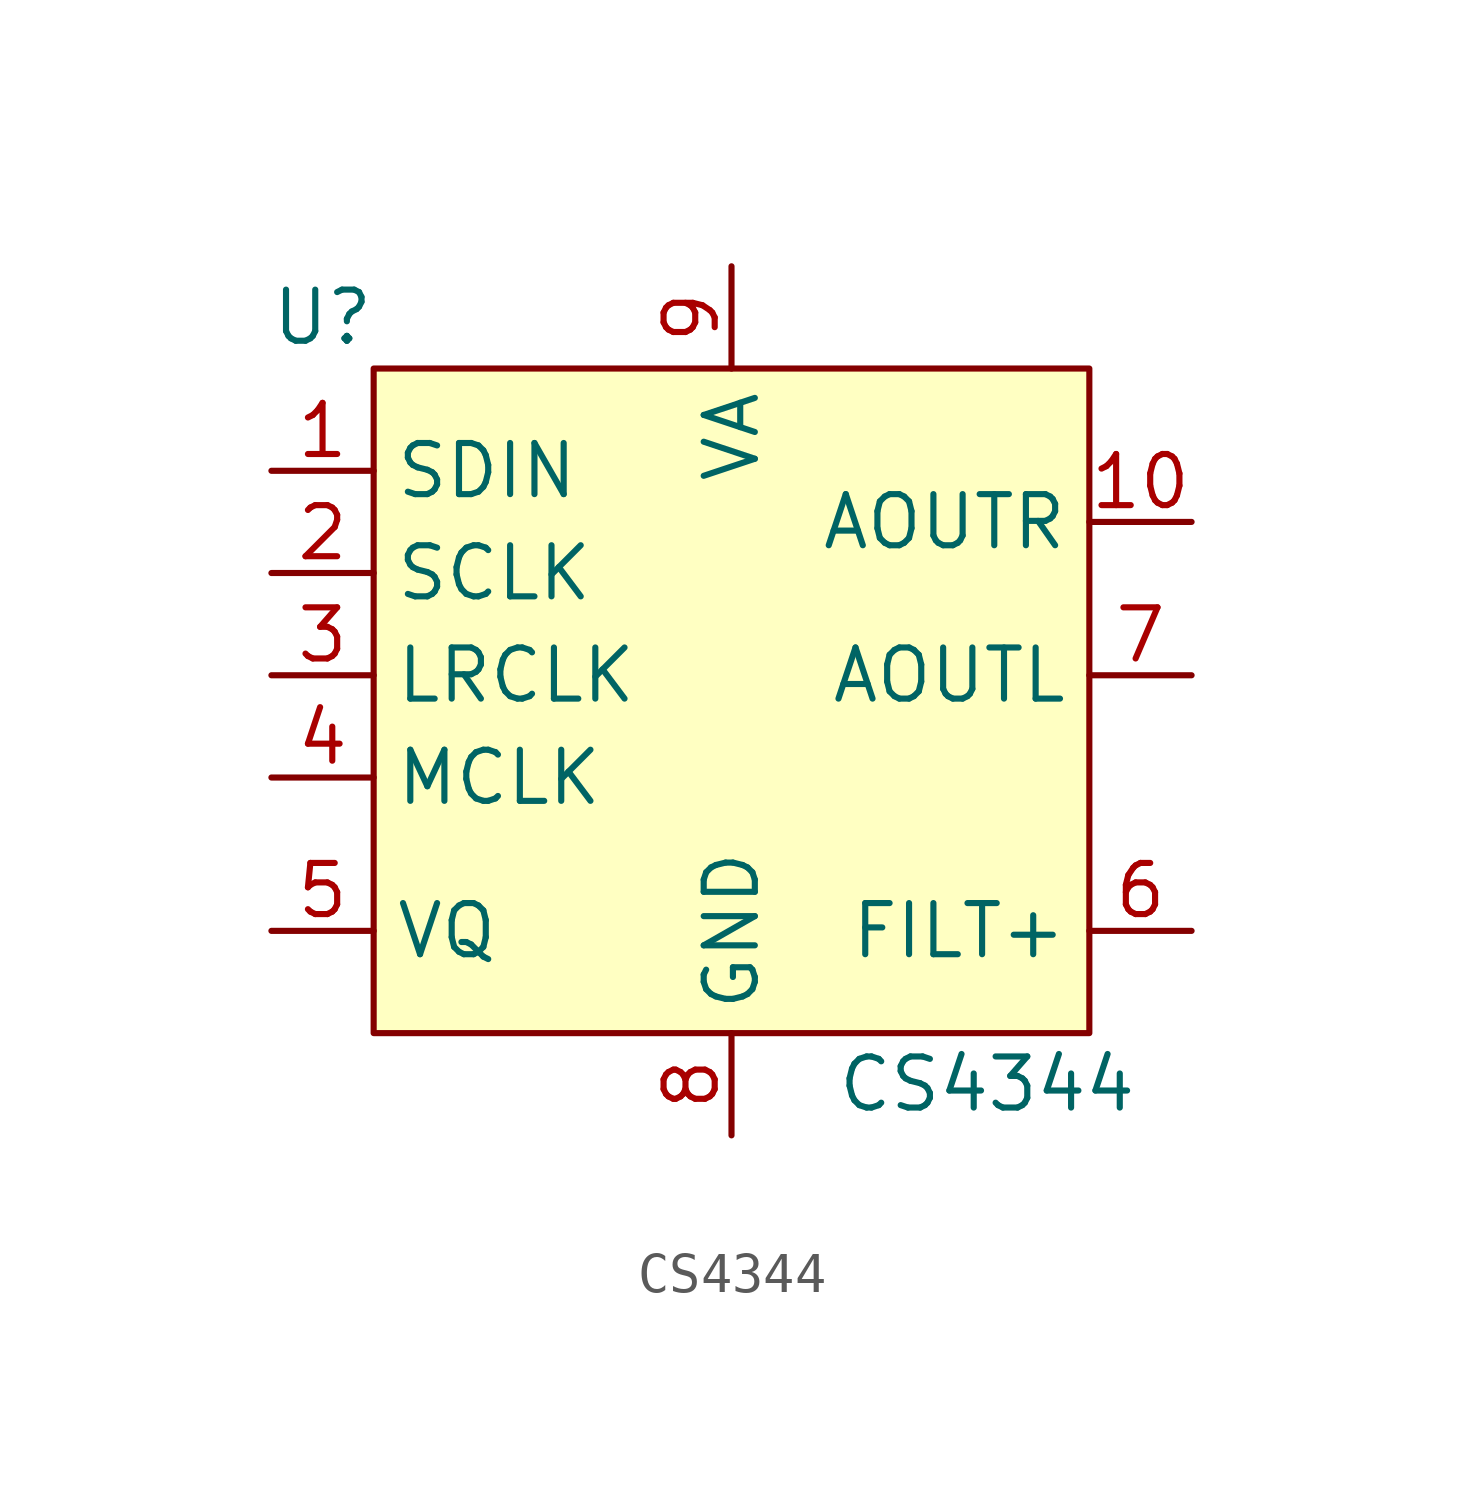
<source format=kicad_sym>
(kicad_symbol_lib
  (version 20211014)
  (generator kicad_symbol_editor)
  (symbol "CS4344"
    (property "Reference" "U"
      (at -10.16 8.89 0)
      (effects (font (size 1.27 1.27))))
    (property "Value" "CS4344"
      (at 6.35 -10.16 0)
      (effects (font (size 1.27 1.27))))
    (symbol "CS4344_0_1"
      (rectangle (start -8.89 7.62) (end 8.89 -8.89) (stroke (width 0.152) (type default) (color 0 0 0 0)) (fill (type background))))
    (symbol "CS4344_1_1"
      (pin input line (at -11.43 5.08 0) (length 2.54) (name "SDIN" (effects (font (size 1.27 1.27)))) (number "1" (effects (font (size 1.27 1.27)))))
      (pin output line (at 11.43 3.81 180) (length 2.54) (name "AOUTR" (effects (font (size 1.27 1.27)))) (number "10" (effects (font (size 1.27 1.27)))))
      (pin input line (at -11.43 2.54 0) (length 2.54) (name "SCLK" (effects (font (size 1.27 1.27)))) (number "2" (effects (font (size 1.27 1.27)))))
      (pin input line (at -11.43 0 0) (length 2.54) (name "LRCLK" (effects (font (size 1.27 1.27)))) (number "3" (effects (font (size 1.27 1.27)))))
      (pin input line (at -11.43 -2.54 0) (length 2.54) (name "MCLK" (effects (font (size 1.27 1.27)))) (number "4" (effects (font (size 1.27 1.27)))))
      (pin output line (at -11.43 -6.35 0) (length 2.54) (name "VQ" (effects (font (size 1.27 1.27)))) (number "5" (effects (font (size 1.27 1.27)))))
      (pin power_out line (at 11.43 -6.35 180) (length 2.54) (name "FILT+" (effects (font (size 1.27 1.27)))) (number "6" (effects (font (size 1.27 1.27)))))
      (pin output line (at 11.43 0 180) (length 2.54) (name "AOUTL" (effects (font (size 1.27 1.27)))) (number "7" (effects (font (size 1.27 1.27)))))
      (pin power_out line (at 0 -11.43 90) (length 2.54) (name "GND" (effects (font (size 1.27 1.27)))) (number "8" (effects (font (size 1.27 1.27)))))
      (pin power_in line (at 0 10.16 270) (length 2.54) (name "VA" (effects (font (size 1.27 1.27)))) (number "9" (effects (font (size 1.27 1.27))))))))
</source>
